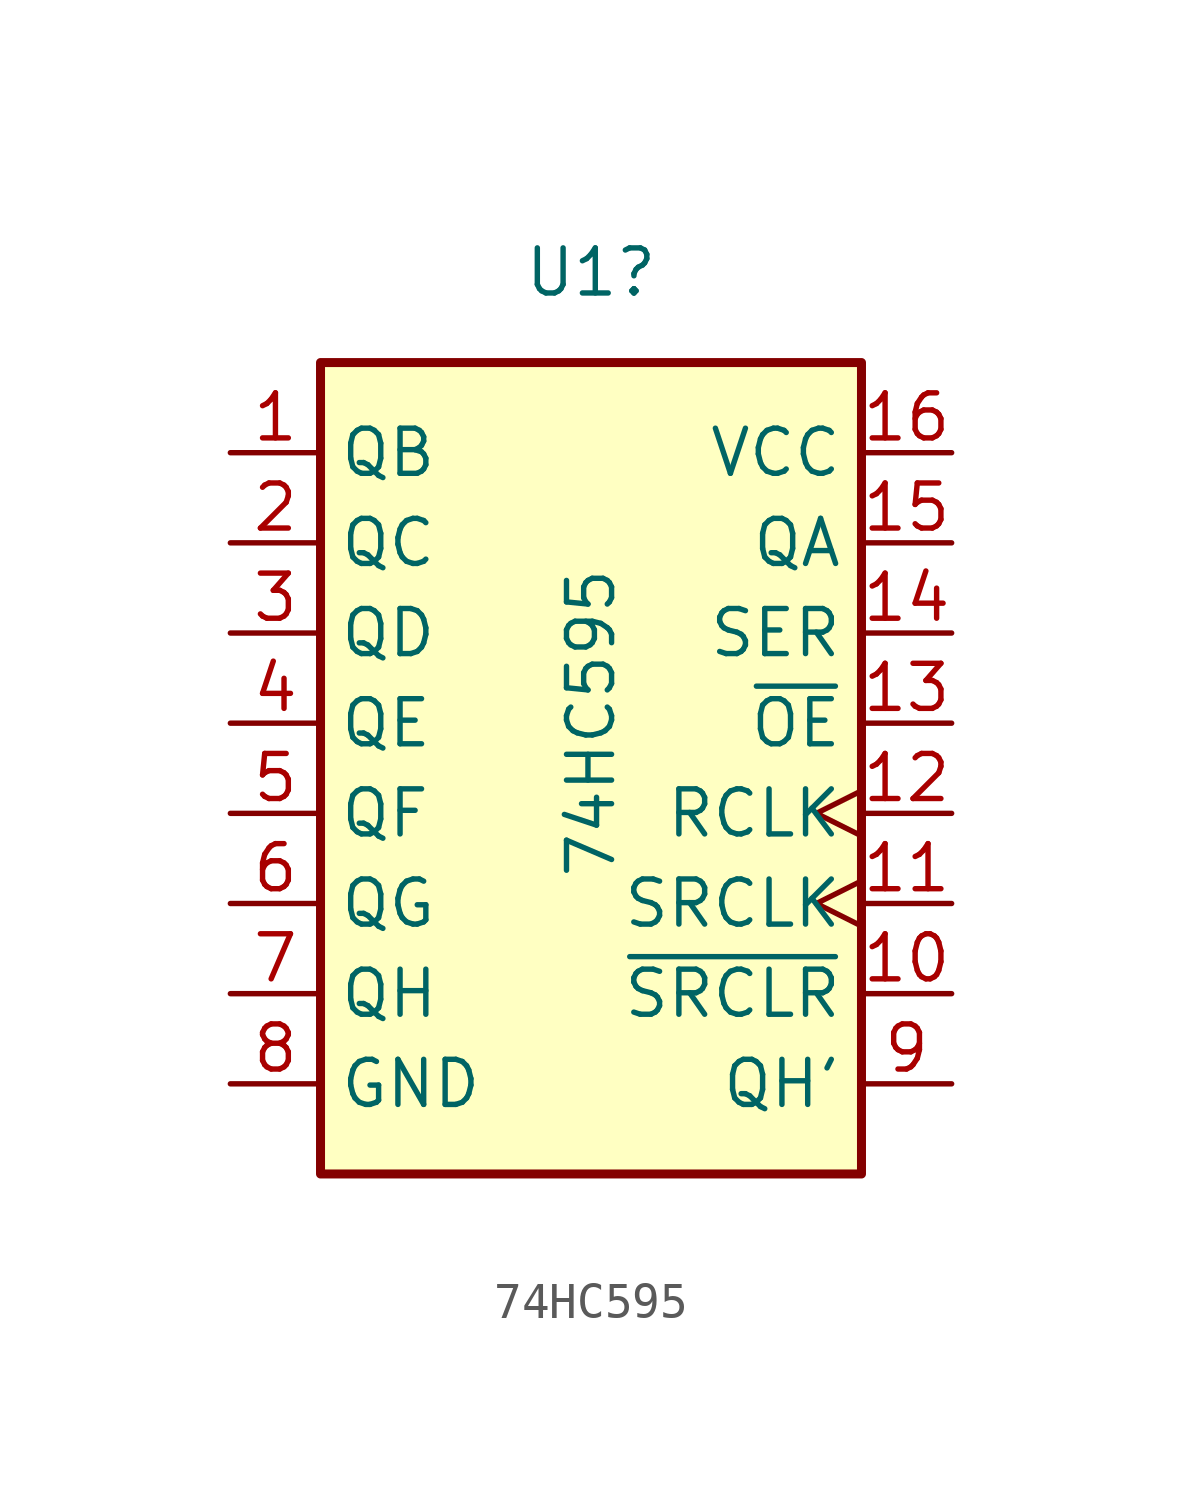
<source format=kicad_sym>
(kicad_symbol_lib
  (version 20241209)
  (generator "kicad_symbol_editor")
  (generator_version "9.0")
  (symbol "74HC595"
    (property "Reference" "U1"
      (at 0 15.24 0)
      (effects (font (size 1.27 1.27))))
    (property "Value" "74HC595"
      (at 0 2.54 90)
      (effects (font (size 1.27 1.27))))
    (symbol "74HC595_1_0"
      (pin tri_state line (at -10.16 10.16 0) (length 2.54) (name "QB" (effects (font (size 1.27 1.27)))) (number "1" (effects (font (size 1.27 1.27)))))
      (pin tri_state line (at -10.16 7.62 0) (length 2.54) (name "QC" (effects (font (size 1.27 1.27)))) (number "2" (effects (font (size 1.27 1.27)))))
      (pin tri_state line (at -10.16 5.08 0) (length 2.54) (name "QD" (effects (font (size 1.27 1.27)))) (number "3" (effects (font (size 1.27 1.27)))))
      (pin tri_state line (at -10.16 2.54 0) (length 2.54) (name "QE" (effects (font (size 1.27 1.27)))) (number "4" (effects (font (size 1.27 1.27)))))
      (pin tri_state line (at -10.16 0 0) (length 2.54) (name "QF" (effects (font (size 1.27 1.27)))) (number "5" (effects (font (size 1.27 1.27)))))
      (pin tri_state line (at -10.16 -2.54 0) (length 2.54) (name "QG" (effects (font (size 1.27 1.27)))) (number "6" (effects (font (size 1.27 1.27)))))
      (pin tri_state line (at -10.16 -5.08 0) (length 2.54) (name "QH" (effects (font (size 1.27 1.27)))) (number "7" (effects (font (size 1.27 1.27)))))
      (pin power_in line (at -10.16 -7.62 0) (length 2.54) (name "GND" (effects (font (size 1.27 1.27)))) (number "8" (effects (font (size 1.27 1.27)))))
      (pin power_in line (at 10.16 10.16 180) (length 2.54) (name "VCC" (effects (font (size 1.27 1.27)))) (number "16" (effects (font (size 1.27 1.27)))))
      (pin tri_state line (at 10.16 7.62 180) (length 2.54) (name "QA" (effects (font (size 1.27 1.27)))) (number "15" (effects (font (size 1.27 1.27)))))
      (pin input line (at 10.16 5.08 180) (length 2.54) (name "SER" (effects (font (size 1.27 1.27)))) (number "14" (effects (font (size 1.27 1.27)))))
      (pin input line (at 10.16 2.54 180) (length 2.54) (name "~{OE}" (effects (font (size 1.27 1.27)))) (number "13" (effects (font (size 1.27 1.27)))))
      (pin input clock (at 10.16 0 180) (length 2.54) (name "RCLK" (effects (font (size 1.27 1.27)))) (number "12" (effects (font (size 1.27 1.27)))))
      (pin input clock (at 10.16 -2.54 180) (length 2.54) (name "SRCLK" (effects (font (size 1.27 1.27)))) (number "11" (effects (font (size 1.27 1.27)))))
      (pin input line (at 10.16 -5.08 180) (length 2.54) (name "~{SRCLR}" (effects (font (size 1.27 1.27)))) (number "10" (effects (font (size 1.27 1.27)))))
      (pin output line (at 10.16 -7.62 180) (length 2.54) (name "QH'" (effects (font (size 1.27 1.27)))) (number "9" (effects (font (size 1.27 1.27))))))
    (symbol "74HC595_1_1"
      (rectangle (start -7.62 12.7) (end 7.62 -10.16) (stroke (width 0.254) (type default)) (fill (type background))))))
</source>
